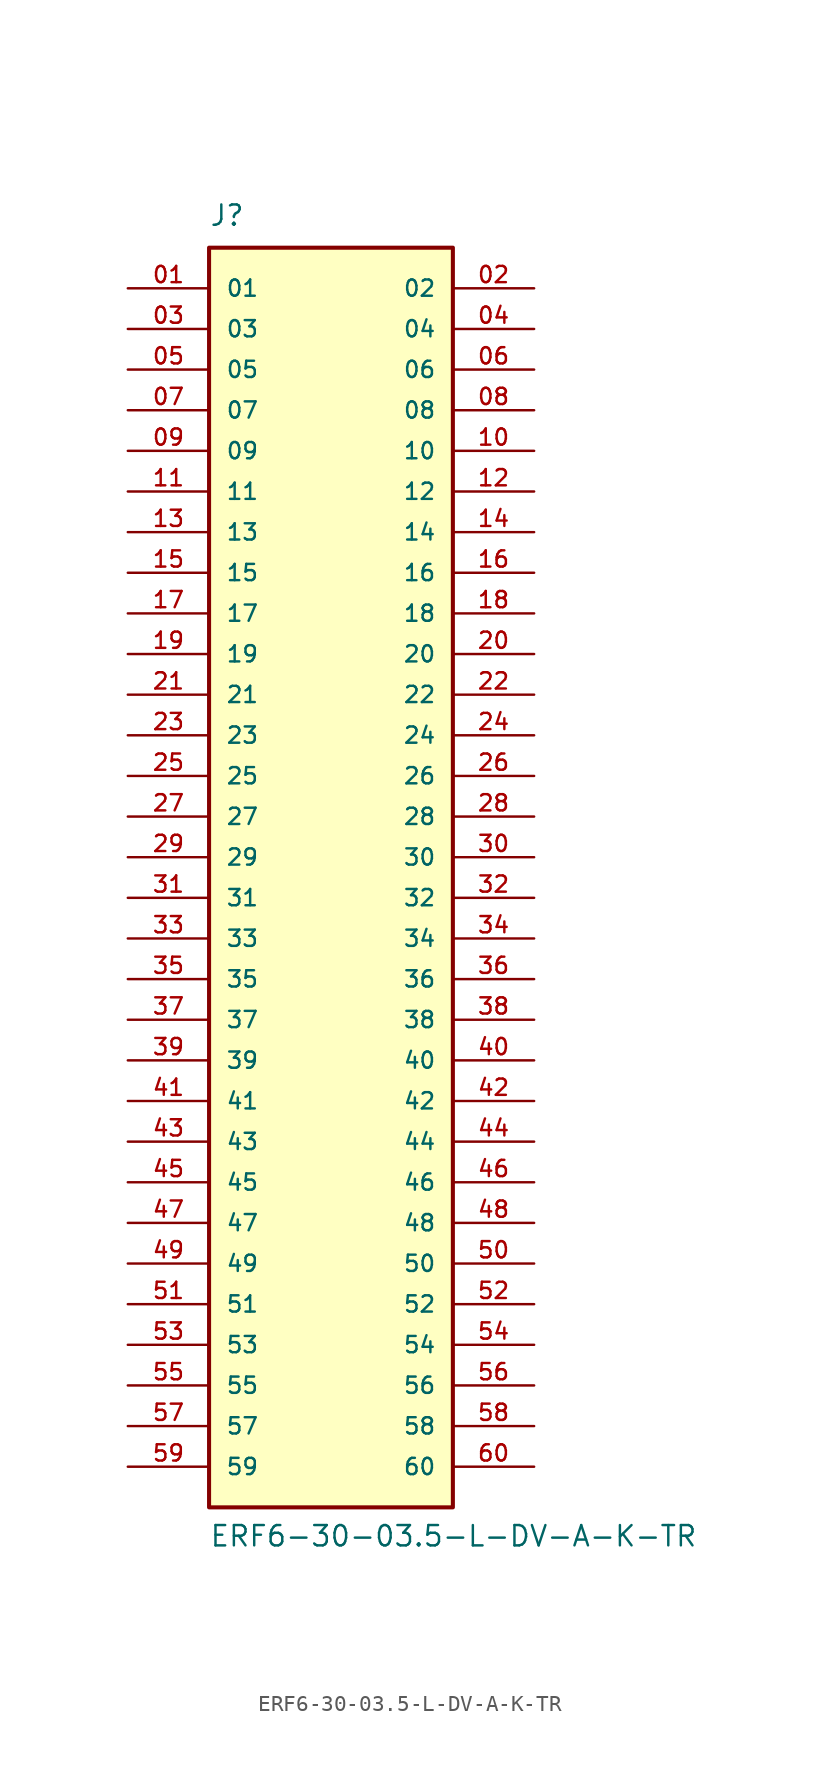
<source format=kicad_sym>
(kicad_symbol_lib
  (version 20241209)
  (generator "kicad_symbol_editor")
  (generator_version "9.0")
  (symbol "ERF6-30-03.5-L-DV-A-K-TR"
    (pin_names
      (offset 1.016))
    (property "Reference" "J"
      (at -7.62 39.37 0)
      (effects (font (size 1.27 1.27)) (justify left bottom)))
    (property "Value" "ERF6-30-03.5-L-DV-A-K-TR"
      (at -7.62 -43.18 0)
      (effects (font (size 1.27 1.27)) (justify left bottom)))
    (symbol "ERF6-30-03.5-L-DV-A-K-TR_0_0"
      (rectangle (start -7.62 -40.64) (end 7.62 38.1) (stroke (width 0.254) (type default)) (fill (type background)))
      (pin passive line (at -12.7 35.56 0) (length 5.08) (name "01" (effects (font (size 1.016 1.016)))) (number "01" (effects (font (size 1.016 1.016)))))
      (pin passive line (at -12.7 33.02 0) (length 5.08) (name "03" (effects (font (size 1.016 1.016)))) (number "03" (effects (font (size 1.016 1.016)))))
      (pin passive line (at -12.7 30.48 0) (length 5.08) (name "05" (effects (font (size 1.016 1.016)))) (number "05" (effects (font (size 1.016 1.016)))))
      (pin passive line (at -12.7 27.94 0) (length 5.08) (name "07" (effects (font (size 1.016 1.016)))) (number "07" (effects (font (size 1.016 1.016)))))
      (pin passive line (at -12.7 25.4 0) (length 5.08) (name "09" (effects (font (size 1.016 1.016)))) (number "09" (effects (font (size 1.016 1.016)))))
      (pin passive line (at -12.7 22.86 0) (length 5.08) (name "11" (effects (font (size 1.016 1.016)))) (number "11" (effects (font (size 1.016 1.016)))))
      (pin passive line (at -12.7 20.32 0) (length 5.08) (name "13" (effects (font (size 1.016 1.016)))) (number "13" (effects (font (size 1.016 1.016)))))
      (pin passive line (at -12.7 17.78 0) (length 5.08) (name "15" (effects (font (size 1.016 1.016)))) (number "15" (effects (font (size 1.016 1.016)))))
      (pin passive line (at -12.7 15.24 0) (length 5.08) (name "17" (effects (font (size 1.016 1.016)))) (number "17" (effects (font (size 1.016 1.016)))))
      (pin passive line (at -12.7 12.7 0) (length 5.08) (name "19" (effects (font (size 1.016 1.016)))) (number "19" (effects (font (size 1.016 1.016)))))
      (pin passive line (at -12.7 10.16 0) (length 5.08) (name "21" (effects (font (size 1.016 1.016)))) (number "21" (effects (font (size 1.016 1.016)))))
      (pin passive line (at -12.7 7.62 0) (length 5.08) (name "23" (effects (font (size 1.016 1.016)))) (number "23" (effects (font (size 1.016 1.016)))))
      (pin passive line (at -12.7 5.08 0) (length 5.08) (name "25" (effects (font (size 1.016 1.016)))) (number "25" (effects (font (size 1.016 1.016)))))
      (pin passive line (at -12.7 2.54 0) (length 5.08) (name "27" (effects (font (size 1.016 1.016)))) (number "27" (effects (font (size 1.016 1.016)))))
      (pin passive line (at -12.7 0 0) (length 5.08) (name "29" (effects (font (size 1.016 1.016)))) (number "29" (effects (font (size 1.016 1.016)))))
      (pin passive line (at -12.7 -2.54 0) (length 5.08) (name "31" (effects (font (size 1.016 1.016)))) (number "31" (effects (font (size 1.016 1.016)))))
      (pin passive line (at -12.7 -5.08 0) (length 5.08) (name "33" (effects (font (size 1.016 1.016)))) (number "33" (effects (font (size 1.016 1.016)))))
      (pin passive line (at -12.7 -7.62 0) (length 5.08) (name "35" (effects (font (size 1.016 1.016)))) (number "35" (effects (font (size 1.016 1.016)))))
      (pin passive line (at -12.7 -10.16 0) (length 5.08) (name "37" (effects (font (size 1.016 1.016)))) (number "37" (effects (font (size 1.016 1.016)))))
      (pin passive line (at -12.7 -12.7 0) (length 5.08) (name "39" (effects (font (size 1.016 1.016)))) (number "39" (effects (font (size 1.016 1.016)))))
      (pin passive line (at -12.7 -15.24 0) (length 5.08) (name "41" (effects (font (size 1.016 1.016)))) (number "41" (effects (font (size 1.016 1.016)))))
      (pin passive line (at -12.7 -17.78 0) (length 5.08) (name "43" (effects (font (size 1.016 1.016)))) (number "43" (effects (font (size 1.016 1.016)))))
      (pin passive line (at -12.7 -20.32 0) (length 5.08) (name "45" (effects (font (size 1.016 1.016)))) (number "45" (effects (font (size 1.016 1.016)))))
      (pin passive line (at -12.7 -22.86 0) (length 5.08) (name "47" (effects (font (size 1.016 1.016)))) (number "47" (effects (font (size 1.016 1.016)))))
      (pin passive line (at -12.7 -25.4 0) (length 5.08) (name "49" (effects (font (size 1.016 1.016)))) (number "49" (effects (font (size 1.016 1.016)))))
      (pin passive line (at -12.7 -27.94 0) (length 5.08) (name "51" (effects (font (size 1.016 1.016)))) (number "51" (effects (font (size 1.016 1.016)))))
      (pin passive line (at -12.7 -30.48 0) (length 5.08) (name "53" (effects (font (size 1.016 1.016)))) (number "53" (effects (font (size 1.016 1.016)))))
      (pin passive line (at -12.7 -33.02 0) (length 5.08) (name "55" (effects (font (size 1.016 1.016)))) (number "55" (effects (font (size 1.016 1.016)))))
      (pin passive line (at -12.7 -35.56 0) (length 5.08) (name "57" (effects (font (size 1.016 1.016)))) (number "57" (effects (font (size 1.016 1.016)))))
      (pin passive line (at -12.7 -38.1 0) (length 5.08) (name "59" (effects (font (size 1.016 1.016)))) (number "59" (effects (font (size 1.016 1.016)))))
      (pin passive line (at 12.7 35.56 180) (length 5.08) (name "02" (effects (font (size 1.016 1.016)))) (number "02" (effects (font (size 1.016 1.016)))))
      (pin passive line (at 12.7 33.02 180) (length 5.08) (name "04" (effects (font (size 1.016 1.016)))) (number "04" (effects (font (size 1.016 1.016)))))
      (pin passive line (at 12.7 30.48 180) (length 5.08) (name "06" (effects (font (size 1.016 1.016)))) (number "06" (effects (font (size 1.016 1.016)))))
      (pin passive line (at 12.7 27.94 180) (length 5.08) (name "08" (effects (font (size 1.016 1.016)))) (number "08" (effects (font (size 1.016 1.016)))))
      (pin passive line (at 12.7 25.4 180) (length 5.08) (name "10" (effects (font (size 1.016 1.016)))) (number "10" (effects (font (size 1.016 1.016)))))
      (pin passive line (at 12.7 22.86 180) (length 5.08) (name "12" (effects (font (size 1.016 1.016)))) (number "12" (effects (font (size 1.016 1.016)))))
      (pin passive line (at 12.7 20.32 180) (length 5.08) (name "14" (effects (font (size 1.016 1.016)))) (number "14" (effects (font (size 1.016 1.016)))))
      (pin passive line (at 12.7 17.78 180) (length 5.08) (name "16" (effects (font (size 1.016 1.016)))) (number "16" (effects (font (size 1.016 1.016)))))
      (pin passive line (at 12.7 15.24 180) (length 5.08) (name "18" (effects (font (size 1.016 1.016)))) (number "18" (effects (font (size 1.016 1.016)))))
      (pin passive line (at 12.7 12.7 180) (length 5.08) (name "20" (effects (font (size 1.016 1.016)))) (number "20" (effects (font (size 1.016 1.016)))))
      (pin passive line (at 12.7 10.16 180) (length 5.08) (name "22" (effects (font (size 1.016 1.016)))) (number "22" (effects (font (size 1.016 1.016)))))
      (pin passive line (at 12.7 7.62 180) (length 5.08) (name "24" (effects (font (size 1.016 1.016)))) (number "24" (effects (font (size 1.016 1.016)))))
      (pin passive line (at 12.7 5.08 180) (length 5.08) (name "26" (effects (font (size 1.016 1.016)))) (number "26" (effects (font (size 1.016 1.016)))))
      (pin passive line (at 12.7 2.54 180) (length 5.08) (name "28" (effects (font (size 1.016 1.016)))) (number "28" (effects (font (size 1.016 1.016)))))
      (pin passive line (at 12.7 0 180) (length 5.08) (name "30" (effects (font (size 1.016 1.016)))) (number "30" (effects (font (size 1.016 1.016)))))
      (pin passive line (at 12.7 -2.54 180) (length 5.08) (name "32" (effects (font (size 1.016 1.016)))) (number "32" (effects (font (size 1.016 1.016)))))
      (pin passive line (at 12.7 -5.08 180) (length 5.08) (name "34" (effects (font (size 1.016 1.016)))) (number "34" (effects (font (size 1.016 1.016)))))
      (pin passive line (at 12.7 -7.62 180) (length 5.08) (name "36" (effects (font (size 1.016 1.016)))) (number "36" (effects (font (size 1.016 1.016)))))
      (pin passive line (at 12.7 -10.16 180) (length 5.08) (name "38" (effects (font (size 1.016 1.016)))) (number "38" (effects (font (size 1.016 1.016)))))
      (pin passive line (at 12.7 -12.7 180) (length 5.08) (name "40" (effects (font (size 1.016 1.016)))) (number "40" (effects (font (size 1.016 1.016)))))
      (pin passive line (at 12.7 -15.24 180) (length 5.08) (name "42" (effects (font (size 1.016 1.016)))) (number "42" (effects (font (size 1.016 1.016)))))
      (pin passive line (at 12.7 -17.78 180) (length 5.08) (name "44" (effects (font (size 1.016 1.016)))) (number "44" (effects (font (size 1.016 1.016)))))
      (pin passive line (at 12.7 -20.32 180) (length 5.08) (name "46" (effects (font (size 1.016 1.016)))) (number "46" (effects (font (size 1.016 1.016)))))
      (pin passive line (at 12.7 -22.86 180) (length 5.08) (name "48" (effects (font (size 1.016 1.016)))) (number "48" (effects (font (size 1.016 1.016)))))
      (pin passive line (at 12.7 -25.4 180) (length 5.08) (name "50" (effects (font (size 1.016 1.016)))) (number "50" (effects (font (size 1.016 1.016)))))
      (pin passive line (at 12.7 -27.94 180) (length 5.08) (name "52" (effects (font (size 1.016 1.016)))) (number "52" (effects (font (size 1.016 1.016)))))
      (pin passive line (at 12.7 -30.48 180) (length 5.08) (name "54" (effects (font (size 1.016 1.016)))) (number "54" (effects (font (size 1.016 1.016)))))
      (pin passive line (at 12.7 -33.02 180) (length 5.08) (name "56" (effects (font (size 1.016 1.016)))) (number "56" (effects (font (size 1.016 1.016)))))
      (pin passive line (at 12.7 -35.56 180) (length 5.08) (name "58" (effects (font (size 1.016 1.016)))) (number "58" (effects (font (size 1.016 1.016)))))
      (pin passive line (at 12.7 -38.1 180) (length 5.08) (name "60" (effects (font (size 1.016 1.016)))) (number "60" (effects (font (size 1.016 1.016))))))))
</source>
